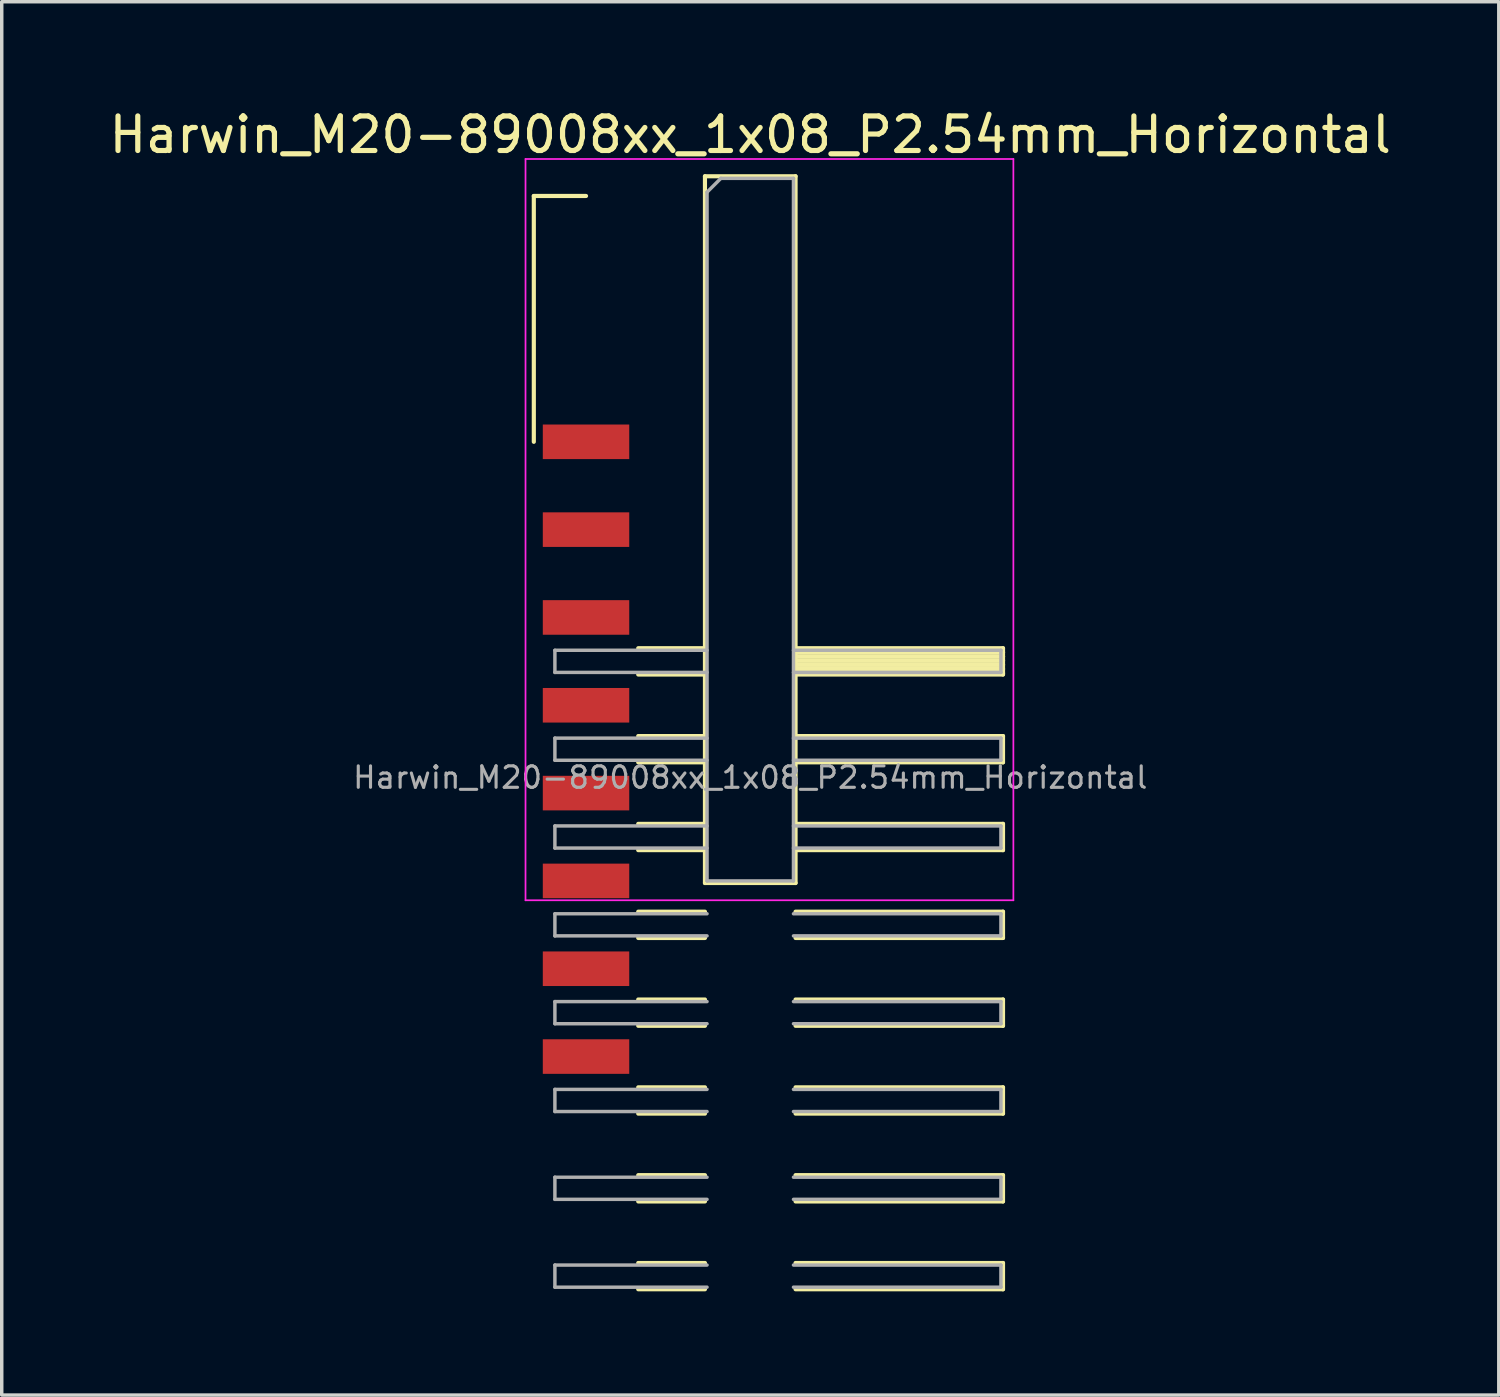
<source format=kicad_pcb>
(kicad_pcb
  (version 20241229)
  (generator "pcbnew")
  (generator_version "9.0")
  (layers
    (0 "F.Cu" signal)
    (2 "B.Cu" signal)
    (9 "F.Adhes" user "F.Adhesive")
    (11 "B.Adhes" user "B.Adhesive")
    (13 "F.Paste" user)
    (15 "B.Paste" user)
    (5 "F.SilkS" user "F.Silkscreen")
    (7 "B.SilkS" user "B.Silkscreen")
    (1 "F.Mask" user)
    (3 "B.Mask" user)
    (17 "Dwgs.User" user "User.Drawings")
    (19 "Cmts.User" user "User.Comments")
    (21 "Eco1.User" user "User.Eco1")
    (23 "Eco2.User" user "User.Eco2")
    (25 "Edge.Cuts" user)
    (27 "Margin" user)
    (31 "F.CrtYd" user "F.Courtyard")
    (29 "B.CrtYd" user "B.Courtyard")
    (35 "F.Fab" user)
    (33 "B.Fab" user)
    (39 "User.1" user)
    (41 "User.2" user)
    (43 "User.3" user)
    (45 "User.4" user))
  (footprint "Harwin_M20-89008xx_1x08_P2.54mm_Horizontal"
    (layer "F.Cu")
    (at 13.899 9.728)
    (property "Reference" "Harwin_M20-89008xx_1x08_P2.54mm_Horizontal" (at 4.75 -8.88 0) (layer "F.SilkS") (effects (font (size 1 1) (thickness 0.15))))
    (attr smd)
    (fp_line (start -1.51 -7.11) (end 0 -7.11) (stroke (width 0.12) (type solid)) (layer "F.SilkS"))
    (fp_line (start -1.51 0) (end -1.51 -7.11) (stroke (width 0.12) (type solid)) (layer "F.SilkS"))
    (fp_line (start 1.51 5.97) (end 3.44 5.97) (stroke (width 0.12) (type solid)) (layer "F.SilkS"))
    (fp_line (start 1.51 6.73) (end 3.44 6.73) (stroke (width 0.12) (type solid)) (layer "F.SilkS"))
    (fp_line (start 1.51 8.51) (end 3.44 8.51) (stroke (width 0.12) (type solid)) (layer "F.SilkS"))
    (fp_line (start 1.51 9.27) (end 3.44 9.27) (stroke (width 0.12) (type solid)) (layer "F.SilkS"))
    (fp_line (start 1.51 11.05) (end 3.44 11.05) (stroke (width 0.12) (type solid)) (layer "F.SilkS"))
    (fp_line (start 1.51 11.81) (end 3.44 11.81) (stroke (width 0.12) (type solid)) (layer "F.SilkS"))
    (fp_line (start 1.51 13.59) (end 3.44 13.59) (stroke (width 0.12) (type solid)) (layer "F.SilkS"))
    (fp_line (start 1.51 14.35) (end 3.44 14.35) (stroke (width 0.12) (type solid)) (layer "F.SilkS"))
    (fp_line (start 1.51 16.13) (end 3.44 16.13) (stroke (width 0.12) (type solid)) (layer "F.SilkS"))
    (fp_line (start 1.51 16.89) (end 3.44 16.89) (stroke (width 0.12) (type solid)) (layer "F.SilkS"))
    (fp_line (start 1.51 18.67) (end 3.44 18.67) (stroke (width 0.12) (type solid)) (layer "F.SilkS"))
    (fp_line (start 1.51 19.43) (end 3.44 19.43) (stroke (width 0.12) (type solid)) (layer "F.SilkS"))
    (fp_line (start 1.51 21.21) (end 3.44 21.21) (stroke (width 0.12) (type solid)) (layer "F.SilkS"))
    (fp_line (start 1.51 21.97) (end 3.44 21.97) (stroke (width 0.12) (type solid)) (layer "F.SilkS"))
    (fp_line (start 1.51 23.75) (end 3.44 23.75) (stroke (width 0.12) (type solid)) (layer "F.SilkS"))
    (fp_line (start 1.51 24.51) (end 3.44 24.51) (stroke (width 0.12) (type solid)) (layer "F.SilkS"))
    (fp_line (start 3.44 -7.68) (end 6.06 -7.68) (stroke (width 0.12) (type solid)) (layer "F.SilkS"))
    (fp_line (start 3.44 12.76) (end 3.44 -7.68) (stroke (width 0.12) (type solid)) (layer "F.SilkS"))
    (fp_line (start 6.06 -7.68) (end 6.06 12.76) (stroke (width 0.12) (type solid)) (layer "F.SilkS"))
    (fp_line (start 6.06 5.97) (end 12.06 5.97) (stroke (width 0.12) (type solid)) (layer "F.SilkS"))
    (fp_line (start 6.06 6.09) (end 6.06 6.09) (stroke (width 0.12) (type solid)) (layer "F.SilkS"))
    (fp_line (start 6.06 6.09) (end 12.06 6.09) (stroke (width 0.12) (type solid)) (layer "F.SilkS"))
    (fp_line (start 6.06 6.21) (end 6.06 6.21) (stroke (width 0.12) (type solid)) (layer "F.SilkS"))
    (fp_line (start 6.06 6.21) (end 12.06 6.21) (stroke (width 0.12) (type solid)) (layer "F.SilkS"))
    (fp_line (start 6.06 6.33) (end 6.06 6.33) (stroke (width 0.12) (type solid)) (layer "F.SilkS"))
    (fp_line (start 6.06 6.33) (end 12.06 6.33) (stroke (width 0.12) (type solid)) (layer "F.SilkS"))
    (fp_line (start 6.06 6.45) (end 6.06 6.45) (stroke (width 0.12) (type solid)) (layer "F.SilkS"))
    (fp_line (start 6.06 6.45) (end 12.06 6.45) (stroke (width 0.12) (type solid)) (layer "F.SilkS"))
    (fp_line (start 6.06 6.57) (end 6.06 6.57) (stroke (width 0.12) (type solid)) (layer "F.SilkS"))
    (fp_line (start 6.06 6.57) (end 12.06 6.57) (stroke (width 0.12) (type solid)) (layer "F.SilkS"))
    (fp_line (start 6.06 6.69) (end 6.06 6.69) (stroke (width 0.12) (type solid)) (layer "F.SilkS"))
    (fp_line (start 6.06 6.69) (end 12.06 6.69) (stroke (width 0.12) (type solid)) (layer "F.SilkS"))
    (fp_line (start 6.06 8.51) (end 12.06 8.51) (stroke (width 0.12) (type solid)) (layer "F.SilkS"))
    (fp_line (start 6.06 11.05) (end 12.06 11.05) (stroke (width 0.12) (type solid)) (layer "F.SilkS"))
    (fp_line (start 6.06 12.76) (end 3.44 12.76) (stroke (width 0.12) (type solid)) (layer "F.SilkS"))
    (fp_line (start 6.06 13.59) (end 12.06 13.59) (stroke (width 0.12) (type solid)) (layer "F.SilkS"))
    (fp_line (start 6.06 16.13) (end 12.06 16.13) (stroke (width 0.12) (type solid)) (layer "F.SilkS"))
    (fp_line (start 6.06 18.67) (end 12.06 18.67) (stroke (width 0.12) (type solid)) (layer "F.SilkS"))
    (fp_line (start 6.06 21.21) (end 12.06 21.21) (stroke (width 0.12) (type solid)) (layer "F.SilkS"))
    (fp_line (start 6.06 23.75) (end 12.06 23.75) (stroke (width 0.12) (type solid)) (layer "F.SilkS"))
    (fp_line (start 12.06 5.97) (end 12.06 6.73) (stroke (width 0.12) (type solid)) (layer "F.SilkS"))
    (fp_line (start 12.06 6.09) (end 6.06 6.09) (stroke (width 0.12) (type solid)) (layer "F.SilkS"))
    (fp_line (start 12.06 6.09) (end 12.06 6.09) (stroke (width 0.12) (type solid)) (layer "F.SilkS"))
    (fp_line (start 12.06 6.21) (end 6.06 6.21) (stroke (width 0.12) (type solid)) (layer "F.SilkS"))
    (fp_line (start 12.06 6.21) (end 12.06 6.21) (stroke (width 0.12) (type solid)) (layer "F.SilkS"))
    (fp_line (start 12.06 6.33) (end 6.06 6.33) (stroke (width 0.12) (type solid)) (layer "F.SilkS"))
    (fp_line (start 12.06 6.33) (end 12.06 6.33) (stroke (width 0.12) (type solid)) (layer "F.SilkS"))
    (fp_line (start 12.06 6.45) (end 6.06 6.45) (stroke (width 0.12) (type solid)) (layer "F.SilkS"))
    (fp_line (start 12.06 6.45) (end 12.06 6.45) (stroke (width 0.12) (type solid)) (layer "F.SilkS"))
    (fp_line (start 12.06 6.57) (end 6.06 6.57) (stroke (width 0.12) (type solid)) (layer "F.SilkS"))
    (fp_line (start 12.06 6.57) (end 12.06 6.57) (stroke (width 0.12) (type solid)) (layer "F.SilkS"))
    (fp_line (start 12.06 6.69) (end 6.06 6.69) (stroke (width 0.12) (type solid)) (layer "F.SilkS"))
    (fp_line (start 12.06 6.69) (end 12.06 6.69) (stroke (width 0.12) (type solid)) (layer "F.SilkS"))
    (fp_line (start 12.06 6.73) (end 6.06 6.73) (stroke (width 0.12) (type solid)) (layer "F.SilkS"))
    (fp_line (start 12.06 8.51) (end 12.06 9.27) (stroke (width 0.12) (type solid)) (layer "F.SilkS"))
    (fp_line (start 12.06 9.27) (end 6.06 9.27) (stroke (width 0.12) (type solid)) (layer "F.SilkS"))
    (fp_line (start 12.06 11.05) (end 12.06 11.81) (stroke (width 0.12) (type solid)) (layer "F.SilkS"))
    (fp_line (start 12.06 11.81) (end 6.06 11.81) (stroke (width 0.12) (type solid)) (layer "F.SilkS"))
    (fp_line (start 12.06 13.59) (end 12.06 14.35) (stroke (width 0.12) (type solid)) (layer "F.SilkS"))
    (fp_line (start 12.06 14.35) (end 6.06 14.35) (stroke (width 0.12) (type solid)) (layer "F.SilkS"))
    (fp_line (start 12.06 16.13) (end 12.06 16.89) (stroke (width 0.12) (type solid)) (layer "F.SilkS"))
    (fp_line (start 12.06 16.89) (end 6.06 16.89) (stroke (width 0.12) (type solid)) (layer "F.SilkS"))
    (fp_line (start 12.06 18.67) (end 12.06 19.43) (stroke (width 0.12) (type solid)) (layer "F.SilkS"))
    (fp_line (start 12.06 19.43) (end 6.06 19.43) (stroke (width 0.12) (type solid)) (layer "F.SilkS"))
    (fp_line (start 12.06 21.21) (end 12.06 21.97) (stroke (width 0.12) (type solid)) (layer "F.SilkS"))
    (fp_line (start 12.06 21.97) (end 6.06 21.97) (stroke (width 0.12) (type solid)) (layer "F.SilkS"))
    (fp_line (start 12.06 23.75) (end 12.06 24.51) (stroke (width 0.12) (type solid)) (layer "F.SilkS"))
    (fp_line (start 12.06 24.51) (end 6.06 24.51) (stroke (width 0.12) (type solid)) (layer "F.SilkS"))
    (fp_line (start -1.75 -8.18) (end 12.36 -8.18) (stroke (width 0.05) (type solid)) (layer "F.CrtYd"))
    (fp_line (start -1.75 13.26) (end -1.75 -8.18) (stroke (width 0.05) (type solid)) (layer "F.CrtYd"))
    (fp_line (start 12.36 -8.18) (end 12.36 13.26) (stroke (width 0.05) (type solid)) (layer "F.CrtYd"))
    (fp_line (start 12.36 13.26) (end -1.75 13.26) (stroke (width 0.05) (type solid)) (layer "F.CrtYd"))
    (fp_line (start -0.9 6.03) (end -0.9 6.67) (stroke (width 0.1) (type solid)) (layer "F.Fab"))
    (fp_line (start -0.9 6.67) (end 3.5 6.67) (stroke (width 0.1) (type solid)) (layer "F.Fab"))
    (fp_line (start -0.9 8.57) (end -0.9 9.21) (stroke (width 0.1) (type solid)) (layer "F.Fab"))
    (fp_line (start -0.9 9.21) (end 3.5 9.21) (stroke (width 0.1) (type solid)) (layer "F.Fab"))
    (fp_line (start -0.9 11.11) (end -0.9 11.75) (stroke (width 0.1) (type solid)) (layer "F.Fab"))
    (fp_line (start -0.9 11.75) (end 3.5 11.75) (stroke (width 0.1) (type solid)) (layer "F.Fab"))
    (fp_line (start -0.9 13.65) (end -0.9 14.29) (stroke (width 0.1) (type solid)) (layer "F.Fab"))
    (fp_line (start -0.9 14.29) (end 3.5 14.29) (stroke (width 0.1) (type solid)) (layer "F.Fab"))
    (fp_line (start -0.9 16.19) (end -0.9 16.83) (stroke (width 0.1) (type solid)) (layer "F.Fab"))
    (fp_line (start -0.9 16.83) (end 3.5 16.83) (stroke (width 0.1) (type solid)) (layer "F.Fab"))
    (fp_line (start -0.9 18.73) (end -0.9 19.37) (stroke (width 0.1) (type solid)) (layer "F.Fab"))
    (fp_line (start -0.9 19.37) (end 3.5 19.37) (stroke (width 0.1) (type solid)) (layer "F.Fab"))
    (fp_line (start -0.9 21.27) (end -0.9 21.91) (stroke (width 0.1) (type solid)) (layer "F.Fab"))
    (fp_line (start -0.9 21.91) (end 3.5 21.91) (stroke (width 0.1) (type solid)) (layer "F.Fab"))
    (fp_line (start -0.9 23.81) (end -0.9 24.45) (stroke (width 0.1) (type solid)) (layer "F.Fab"))
    (fp_line (start -0.9 24.45) (end 3.5 24.45) (stroke (width 0.1) (type solid)) (layer "F.Fab"))
    (fp_line (start 3.5 -7.22) (end 3.9 -7.62) (stroke (width 0.1) (type solid)) (layer "F.Fab"))
    (fp_line (start 3.5 6.03) (end -0.9 6.03) (stroke (width 0.1) (type solid)) (layer "F.Fab"))
    (fp_line (start 3.5 8.57) (end -0.9 8.57) (stroke (width 0.1) (type solid)) (layer "F.Fab"))
    (fp_line (start 3.5 11.11) (end -0.9 11.11) (stroke (width 0.1) (type solid)) (layer "F.Fab"))
    (fp_line (start 3.5 12.7) (end 3.5 -7.22) (stroke (width 0.1) (type solid)) (layer "F.Fab"))
    (fp_line (start 3.5 13.65) (end -0.9 13.65) (stroke (width 0.1) (type solid)) (layer "F.Fab"))
    (fp_line (start 3.5 16.19) (end -0.9 16.19) (stroke (width 0.1) (type solid)) (layer "F.Fab"))
    (fp_line (start 3.5 18.73) (end -0.9 18.73) (stroke (width 0.1) (type solid)) (layer "F.Fab"))
    (fp_line (start 3.5 21.27) (end -0.9 21.27) (stroke (width 0.1) (type solid)) (layer "F.Fab"))
    (fp_line (start 3.5 23.81) (end -0.9 23.81) (stroke (width 0.1) (type solid)) (layer "F.Fab"))
    (fp_line (start 3.9 -7.62) (end 6 -7.62) (stroke (width 0.1) (type solid)) (layer "F.Fab"))
    (fp_line (start 6 -7.62) (end 6 12.7) (stroke (width 0.1) (type solid)) (layer "F.Fab"))
    (fp_line (start 6 6.03) (end 12 6.03) (stroke (width 0.1) (type solid)) (layer "F.Fab"))
    (fp_line (start 6 8.57) (end 12 8.57) (stroke (width 0.1) (type solid)) (layer "F.Fab"))
    (fp_line (start 6 11.11) (end 12 11.11) (stroke (width 0.1) (type solid)) (layer "F.Fab"))
    (fp_line (start 6 12.7) (end 3.5 12.7) (stroke (width 0.1) (type solid)) (layer "F.Fab"))
    (fp_line (start 6 13.65) (end 12 13.65) (stroke (width 0.1) (type solid)) (layer "F.Fab"))
    (fp_line (start 6 16.19) (end 12 16.19) (stroke (width 0.1) (type solid)) (layer "F.Fab"))
    (fp_line (start 6 18.73) (end 12 18.73) (stroke (width 0.1) (type solid)) (layer "F.Fab"))
    (fp_line (start 6 21.27) (end 12 21.27) (stroke (width 0.1) (type solid)) (layer "F.Fab"))
    (fp_line (start 6 23.81) (end 12 23.81) (stroke (width 0.1) (type solid)) (layer "F.Fab"))
    (fp_line (start 12 6.03) (end 12 6.67) (stroke (width 0.1) (type solid)) (layer "F.Fab"))
    (fp_line (start 12 6.67) (end 6 6.67) (stroke (width 0.1) (type solid)) (layer "F.Fab"))
    (fp_line (start 12 8.57) (end 12 9.21) (stroke (width 0.1) (type solid)) (layer "F.Fab"))
    (fp_line (start 12 9.21) (end 6 9.21) (stroke (width 0.1) (type solid)) (layer "F.Fab"))
    (fp_line (start 12 11.11) (end 12 11.75) (stroke (width 0.1) (type solid)) (layer "F.Fab"))
    (fp_line (start 12 11.75) (end 6 11.75) (stroke (width 0.1) (type solid)) (layer "F.Fab"))
    (fp_line (start 12 13.65) (end 12 14.29) (stroke (width 0.1) (type solid)) (layer "F.Fab"))
    (fp_line (start 12 14.29) (end 6 14.29) (stroke (width 0.1) (type solid)) (layer "F.Fab"))
    (fp_line (start 12 16.19) (end 12 16.83) (stroke (width 0.1) (type solid)) (layer "F.Fab"))
    (fp_line (start 12 16.83) (end 6 16.83) (stroke (width 0.1) (type solid)) (layer "F.Fab"))
    (fp_line (start 12 18.73) (end 12 19.37) (stroke (width 0.1) (type solid)) (layer "F.Fab"))
    (fp_line (start 12 19.37) (end 6 19.37) (stroke (width 0.1) (type solid)) (layer "F.Fab"))
    (fp_line (start 12 21.27) (end 12 21.91) (stroke (width 0.1) (type solid)) (layer "F.Fab"))
    (fp_line (start 12 21.91) (end 6 21.91) (stroke (width 0.1) (type solid)) (layer "F.Fab"))
    (fp_line (start 12 23.81) (end 12 24.45) (stroke (width 0.1) (type solid)) (layer "F.Fab"))
    (fp_line (start 12 24.45) (end 6 24.45) (stroke (width 0.1) (type solid)) (layer "F.Fab"))
    (fp_text user "${REFERENCE}" (at 4.75 9.71 0) (layer "F.Fab") (effects (font (size 0.62 0.62) (thickness 0.09))))
    (pad "1" smd rect (at 0 0) (size 2.5 1) (layers "F.Cu" "F.Mask" "F.Paste"))
    (pad "2" smd rect (at 0 2.54) (size 2.5 1) (layers "F.Cu" "F.Mask" "F.Paste"))
    (pad "3" smd rect (at 0 5.08) (size 2.5 1) (layers "F.Cu" "F.Mask" "F.Paste"))
    (pad "4" smd rect (at 0 7.62) (size 2.5 1) (layers "F.Cu" "F.Mask" "F.Paste"))
    (pad "5" smd rect (at 0 10.16) (size 2.5 1) (layers "F.Cu" "F.Mask" "F.Paste"))
    (pad "6" smd rect (at 0 12.7) (size 2.5 1) (layers "F.Cu" "F.Mask" "F.Paste"))
    (pad "7" smd rect (at 0 15.24) (size 2.5 1) (layers "F.Cu" "F.Mask" "F.Paste"))
    (pad "8" smd rect (at 0 17.78) (size 2.5 1) (layers "F.Cu" "F.Mask" "F.Paste")))
  (gr_rect
    (start -3 -3)
    (end 40.298 37.298)
    (stroke (width 0.1) (type default))
    (fill no)
    (layer "Edge.Cuts")))
</source>
